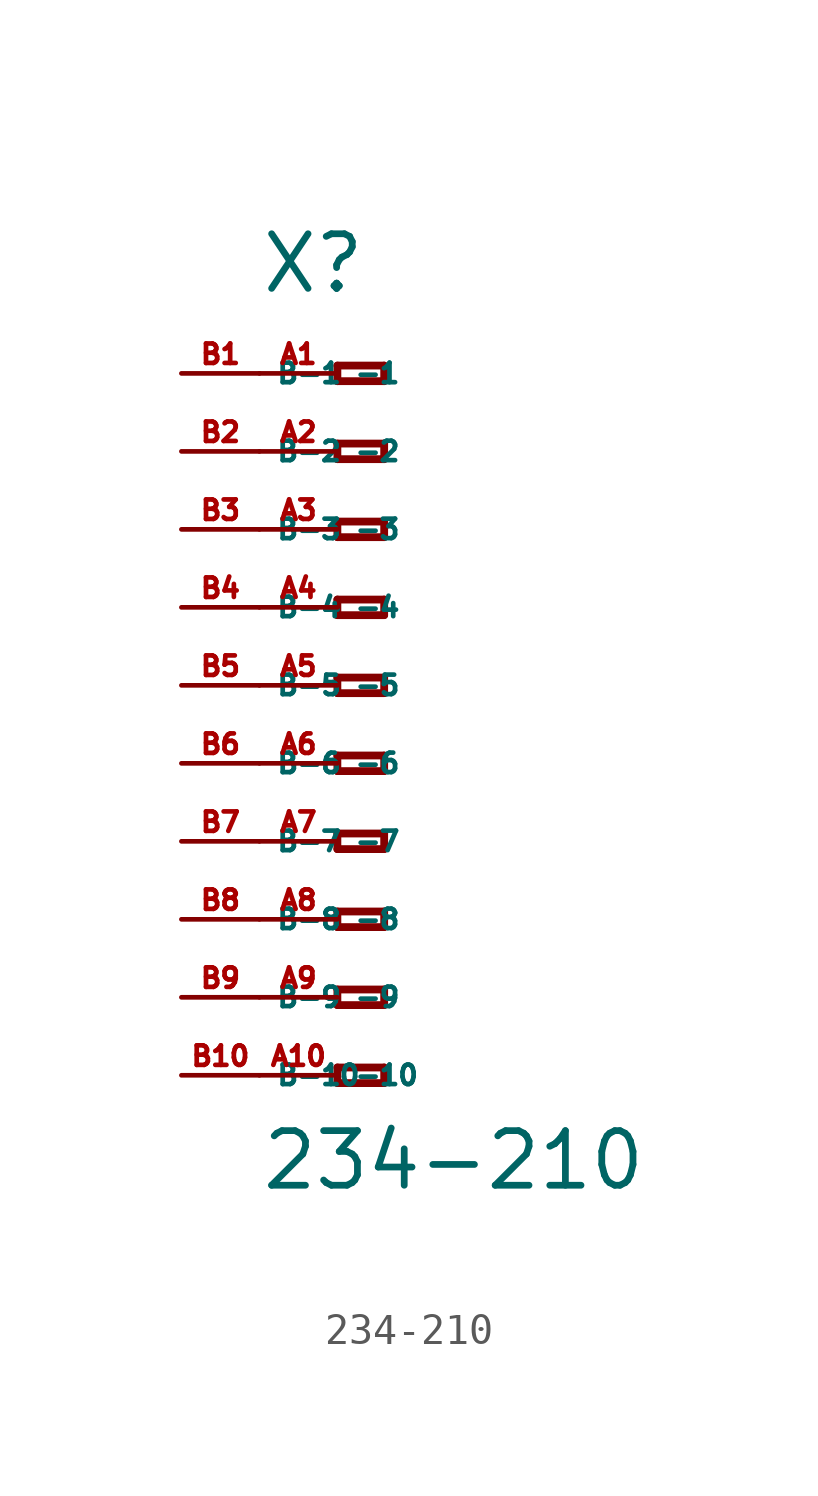
<source format=kicad_sym>
(kicad_symbol_lib
  (version 20220914)
  (generator Eagle2Kicad)
  (symbol "234-210"
    (property "Reference" "X"
      (at -5.08 12.7 0)
      (effects (font (size 1.778 1.778) (thickness 0.22)) (justify left bottom)))
    (property "Value" "234-210"
      (at -5.08 -16.51 0)
      (effects (font (size 1.778 1.778) (thickness 0.22)) (justify left bottom)))
    (polyline
      (pts (xy -2.54 10.414) (xy -2.54 9.906))
      (stroke (width 0.254) (type default))
      (fill (type none)))
    (polyline
      (pts (xy -2.54 9.906) (xy -1.016 9.906))
      (stroke (width 0.254) (type default))
      (fill (type none)))
    (polyline
      (pts (xy -1.016 9.906) (xy -1.016 10.414))
      (stroke (width 0.254) (type default))
      (fill (type none)))
    (polyline
      (pts (xy -1.016 10.414) (xy -2.54 10.414))
      (stroke (width 0.254) (type default))
      (fill (type none)))
    (polyline
      (pts (xy -2.54 7.874) (xy -2.54 7.366))
      (stroke (width 0.254) (type default))
      (fill (type none)))
    (polyline
      (pts (xy -2.54 7.366) (xy -1.016 7.366))
      (stroke (width 0.254) (type default))
      (fill (type none)))
    (polyline
      (pts (xy -1.016 7.366) (xy -1.016 7.874))
      (stroke (width 0.254) (type default))
      (fill (type none)))
    (polyline
      (pts (xy -1.016 7.874) (xy -2.54 7.874))
      (stroke (width 0.254) (type default))
      (fill (type none)))
    (polyline
      (pts (xy -2.54 5.334) (xy -2.54 4.826))
      (stroke (width 0.254) (type default))
      (fill (type none)))
    (polyline
      (pts (xy -2.54 4.826) (xy -1.016 4.826))
      (stroke (width 0.254) (type default))
      (fill (type none)))
    (polyline
      (pts (xy -1.016 4.826) (xy -1.016 5.334))
      (stroke (width 0.254) (type default))
      (fill (type none)))
    (polyline
      (pts (xy -1.016 5.334) (xy -2.54 5.334))
      (stroke (width 0.254) (type default))
      (fill (type none)))
    (polyline
      (pts (xy -2.54 2.794) (xy -2.54 2.286))
      (stroke (width 0.254) (type default))
      (fill (type none)))
    (polyline
      (pts (xy -2.54 2.286) (xy -1.016 2.286))
      (stroke (width 0.254) (type default))
      (fill (type none)))
    (polyline
      (pts (xy -1.016 2.286) (xy -1.016 2.794))
      (stroke (width 0.254) (type default))
      (fill (type none)))
    (polyline
      (pts (xy -1.016 2.794) (xy -2.54 2.794))
      (stroke (width 0.254) (type default))
      (fill (type none)))
    (polyline
      (pts (xy -2.54 0.254) (xy -2.54 -0.254))
      (stroke (width 0.254) (type default))
      (fill (type none)))
    (polyline
      (pts (xy -2.54 -0.254) (xy -1.016 -0.254))
      (stroke (width 0.254) (type default))
      (fill (type none)))
    (polyline
      (pts (xy -1.016 -0.254) (xy -1.016 0.254))
      (stroke (width 0.254) (type default))
      (fill (type none)))
    (polyline
      (pts (xy -1.016 0.254) (xy -2.54 0.254))
      (stroke (width 0.254) (type default))
      (fill (type none)))
    (polyline
      (pts (xy -2.54 -2.286) (xy -2.54 -2.794))
      (stroke (width 0.254) (type default))
      (fill (type none)))
    (polyline
      (pts (xy -2.54 -2.794) (xy -1.016 -2.794))
      (stroke (width 0.254) (type default))
      (fill (type none)))
    (polyline
      (pts (xy -1.016 -2.794) (xy -1.016 -2.286))
      (stroke (width 0.254) (type default))
      (fill (type none)))
    (polyline
      (pts (xy -1.016 -2.286) (xy -2.54 -2.286))
      (stroke (width 0.254) (type default))
      (fill (type none)))
    (polyline
      (pts (xy -2.54 -4.826) (xy -2.54 -5.334))
      (stroke (width 0.254) (type default))
      (fill (type none)))
    (polyline
      (pts (xy -2.54 -5.334) (xy -1.016 -5.334))
      (stroke (width 0.254) (type default))
      (fill (type none)))
    (polyline
      (pts (xy -1.016 -5.334) (xy -1.016 -4.826))
      (stroke (width 0.254) (type default))
      (fill (type none)))
    (polyline
      (pts (xy -1.016 -4.826) (xy -2.54 -4.826))
      (stroke (width 0.254) (type default))
      (fill (type none)))
    (polyline
      (pts (xy -2.54 -7.366) (xy -2.54 -7.874))
      (stroke (width 0.254) (type default))
      (fill (type none)))
    (polyline
      (pts (xy -2.54 -7.874) (xy -1.016 -7.874))
      (stroke (width 0.254) (type default))
      (fill (type none)))
    (polyline
      (pts (xy -1.016 -7.874) (xy -1.016 -7.366))
      (stroke (width 0.254) (type default))
      (fill (type none)))
    (polyline
      (pts (xy -1.016 -7.366) (xy -2.54 -7.366))
      (stroke (width 0.254) (type default))
      (fill (type none)))
    (polyline
      (pts (xy -2.54 -9.906) (xy -2.54 -10.414))
      (stroke (width 0.254) (type default))
      (fill (type none)))
    (polyline
      (pts (xy -2.54 -10.414) (xy -1.016 -10.414))
      (stroke (width 0.254) (type default))
      (fill (type none)))
    (polyline
      (pts (xy -1.016 -10.414) (xy -1.016 -9.906))
      (stroke (width 0.254) (type default))
      (fill (type none)))
    (polyline
      (pts (xy -1.016 -9.906) (xy -2.54 -9.906))
      (stroke (width 0.254) (type default))
      (fill (type none)))
    (polyline
      (pts (xy -2.54 -12.446) (xy -2.54 -12.954))
      (stroke (width 0.254) (type default))
      (fill (type none)))
    (polyline
      (pts (xy -2.54 -12.954) (xy -1.016 -12.954))
      (stroke (width 0.254) (type default))
      (fill (type none)))
    (polyline
      (pts (xy -1.016 -12.954) (xy -1.016 -12.446))
      (stroke (width 0.254) (type default))
      (fill (type none)))
    (polyline
      (pts (xy -1.016 -12.446) (xy -2.54 -12.446))
      (stroke (width 0.254) (type default))
      (fill (type none)))
    (pin passive line
      (at -5.08 10.16 0)
      (length 2.54)
      (name "-1" (effects (font (size 0.635 0.635) (thickness 0.08)) (justify left bottom)))
      (number "A1" (effects (font (size 0.635 0.635) (thickness 0.08)) (justify left bottom))))
    (pin passive line
      (at -5.08 7.62 0)
      (length 2.54)
      (name "-2" (effects (font (size 0.635 0.635) (thickness 0.08)) (justify left bottom)))
      (number "A2" (effects (font (size 0.635 0.635) (thickness 0.08)) (justify left bottom))))
    (pin passive line
      (at -5.08 5.08 0)
      (length 2.54)
      (name "-3" (effects (font (size 0.635 0.635) (thickness 0.08)) (justify left bottom)))
      (number "A3" (effects (font (size 0.635 0.635) (thickness 0.08)) (justify left bottom))))
    (pin passive line
      (at -5.08 2.54 0)
      (length 2.54)
      (name "-4" (effects (font (size 0.635 0.635) (thickness 0.08)) (justify left bottom)))
      (number "A4" (effects (font (size 0.635 0.635) (thickness 0.08)) (justify left bottom))))
    (pin passive line
      (at -5.08 0 0)
      (length 2.54)
      (name "-5" (effects (font (size 0.635 0.635) (thickness 0.08)) (justify left bottom)))
      (number "A5" (effects (font (size 0.635 0.635) (thickness 0.08)) (justify left bottom))))
    (pin passive line
      (at -5.08 -2.54 0)
      (length 2.54)
      (name "-6" (effects (font (size 0.635 0.635) (thickness 0.08)) (justify left bottom)))
      (number "A6" (effects (font (size 0.635 0.635) (thickness 0.08)) (justify left bottom))))
    (pin passive line
      (at -5.08 -5.08 0)
      (length 2.54)
      (name "-7" (effects (font (size 0.635 0.635) (thickness 0.08)) (justify left bottom)))
      (number "A7" (effects (font (size 0.635 0.635) (thickness 0.08)) (justify left bottom))))
    (pin passive line
      (at -5.08 -7.62 0)
      (length 2.54)
      (name "-8" (effects (font (size 0.635 0.635) (thickness 0.08)) (justify left bottom)))
      (number "A8" (effects (font (size 0.635 0.635) (thickness 0.08)) (justify left bottom))))
    (pin passive line
      (at -5.08 -10.16 0)
      (length 2.54)
      (name "-9" (effects (font (size 0.635 0.635) (thickness 0.08)) (justify left bottom)))
      (number "A9" (effects (font (size 0.635 0.635) (thickness 0.08)) (justify left bottom))))
    (pin passive line
      (at -5.08 -12.7 0)
      (length 2.54)
      (name "-10" (effects (font (size 0.635 0.635) (thickness 0.08)) (justify left bottom)))
      (number "A10" (effects (font (size 0.635 0.635) (thickness 0.08)) (justify left bottom))))
    (pin passive line
      (at -7.62 -12.7 0)
      (length 2.54)
      (name "B-10" (effects (font (size 0.635 0.635) (thickness 0.08)) (justify left bottom)))
      (number "B10" (effects (font (size 0.635 0.635) (thickness 0.08)) (justify left bottom))))
    (pin passive line
      (at -7.62 10.16 0)
      (length 2.54)
      (name "B-1" (effects (font (size 0.635 0.635) (thickness 0.08)) (justify left bottom)))
      (number "B1" (effects (font (size 0.635 0.635) (thickness 0.08)) (justify left bottom))))
    (pin passive line
      (at -7.62 7.62 0)
      (length 2.54)
      (name "B-2" (effects (font (size 0.635 0.635) (thickness 0.08)) (justify left bottom)))
      (number "B2" (effects (font (size 0.635 0.635) (thickness 0.08)) (justify left bottom))))
    (pin passive line
      (at -7.62 5.08 0)
      (length 2.54)
      (name "B-3" (effects (font (size 0.635 0.635) (thickness 0.08)) (justify left bottom)))
      (number "B3" (effects (font (size 0.635 0.635) (thickness 0.08)) (justify left bottom))))
    (pin passive line
      (at -7.62 2.54 0)
      (length 2.54)
      (name "B-4" (effects (font (size 0.635 0.635) (thickness 0.08)) (justify left bottom)))
      (number "B4" (effects (font (size 0.635 0.635) (thickness 0.08)) (justify left bottom))))
    (pin passive line
      (at -7.62 0 0)
      (length 2.54)
      (name "B-5" (effects (font (size 0.635 0.635) (thickness 0.08)) (justify left bottom)))
      (number "B5" (effects (font (size 0.635 0.635) (thickness 0.08)) (justify left bottom))))
    (pin passive line
      (at -7.62 -2.54 0)
      (length 2.54)
      (name "B-6" (effects (font (size 0.635 0.635) (thickness 0.08)) (justify left bottom)))
      (number "B6" (effects (font (size 0.635 0.635) (thickness 0.08)) (justify left bottom))))
    (pin passive line
      (at -7.62 -5.08 0)
      (length 2.54)
      (name "B-7" (effects (font (size 0.635 0.635) (thickness 0.08)) (justify left bottom)))
      (number "B7" (effects (font (size 0.635 0.635) (thickness 0.08)) (justify left bottom))))
    (pin passive line
      (at -7.62 -7.62 0)
      (length 2.54)
      (name "B-8" (effects (font (size 0.635 0.635) (thickness 0.08)) (justify left bottom)))
      (number "B8" (effects (font (size 0.635 0.635) (thickness 0.08)) (justify left bottom))))
    (pin passive line
      (at -7.62 -10.16 0)
      (length 2.54)
      (name "B-9" (effects (font (size 0.635 0.635) (thickness 0.08)) (justify left bottom)))
      (number "B9" (effects (font (size 0.635 0.635) (thickness 0.08)) (justify left bottom))))))
</source>
